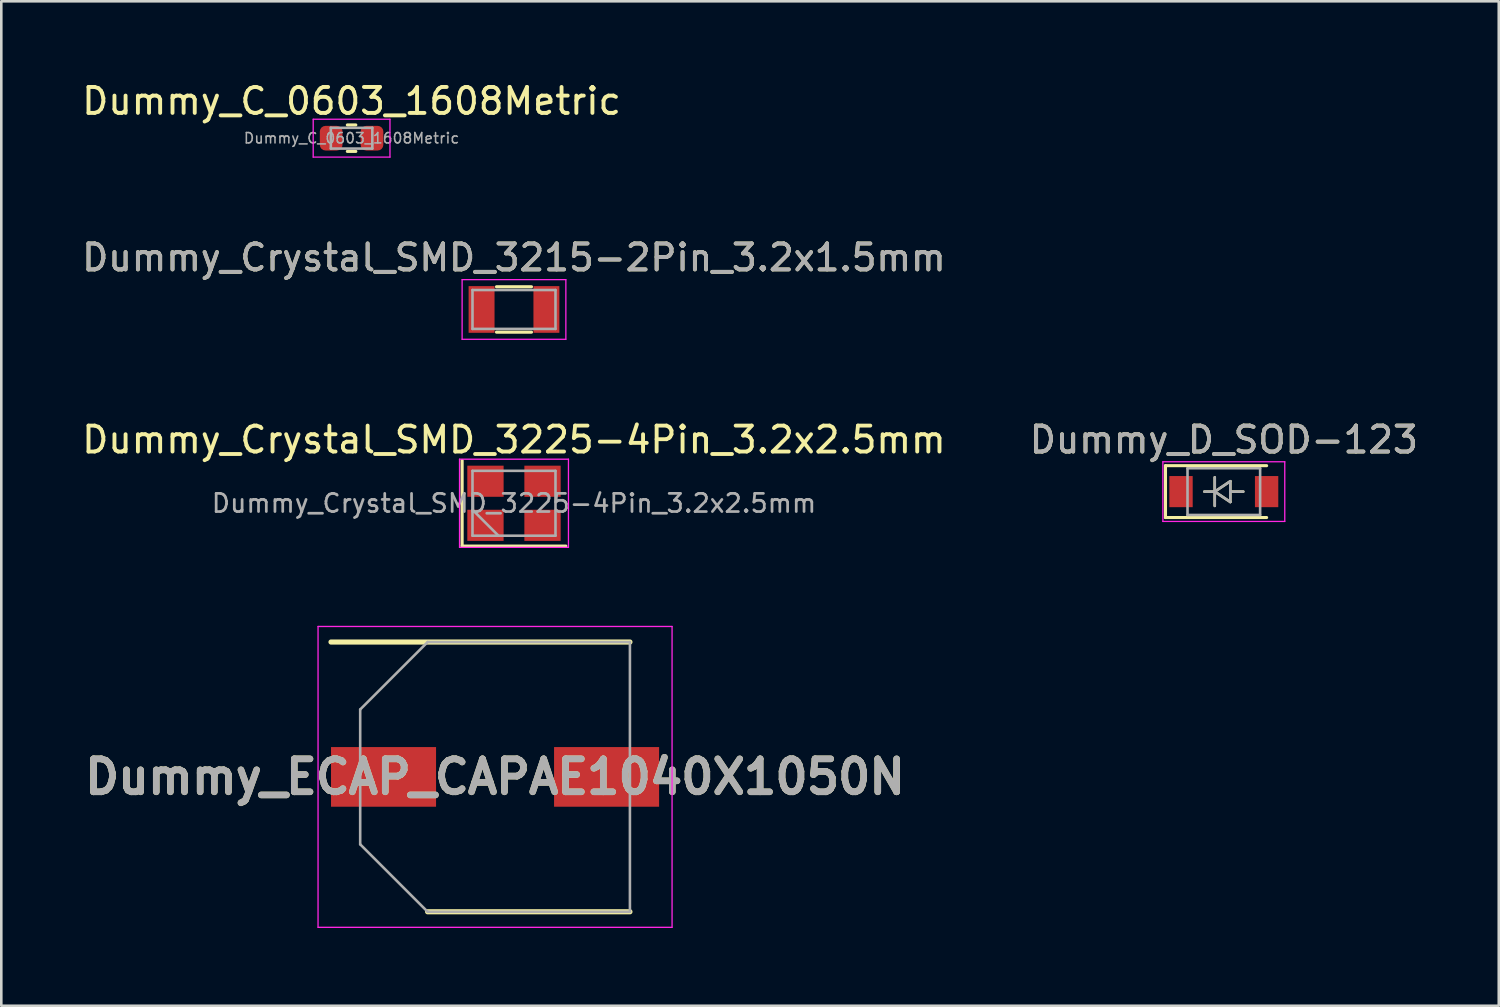
<source format=kicad_pcb>
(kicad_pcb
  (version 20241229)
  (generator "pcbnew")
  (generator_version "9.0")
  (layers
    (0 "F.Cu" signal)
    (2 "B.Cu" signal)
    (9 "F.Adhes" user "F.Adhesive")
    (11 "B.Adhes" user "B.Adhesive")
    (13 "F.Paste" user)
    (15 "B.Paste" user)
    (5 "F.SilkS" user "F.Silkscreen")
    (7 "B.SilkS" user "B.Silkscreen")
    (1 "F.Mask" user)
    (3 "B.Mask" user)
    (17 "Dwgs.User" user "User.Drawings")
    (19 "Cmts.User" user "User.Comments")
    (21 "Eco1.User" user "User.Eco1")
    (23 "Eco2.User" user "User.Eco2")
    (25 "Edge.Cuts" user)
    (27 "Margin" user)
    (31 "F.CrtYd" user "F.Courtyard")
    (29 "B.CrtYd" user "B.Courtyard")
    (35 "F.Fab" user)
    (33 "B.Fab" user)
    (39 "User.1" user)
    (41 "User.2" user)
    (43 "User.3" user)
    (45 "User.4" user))
  (footprint "Dummy_C_0603_1608Metric"
    (layer "F.Cu")
    (at 10.506 2.278)
    (property "Reference" "Dummy_C_0603_1608Metric" (at 0 -1.43 0) (layer "F.SilkS") (effects (font (size 1 1) (thickness 0.15))))
    (attr smd)
    (fp_line (start -0.163 -0.51) (end 0.163 -0.51) (stroke (width 0.12) (type solid)) (layer "F.SilkS"))
    (fp_line (start -0.163 0.51) (end 0.163 0.51) (stroke (width 0.12) (type solid)) (layer "F.SilkS"))
    (fp_poly (pts (xy 1.27 0.508) (xy -1.27 0.508) (xy -1.27 -0.508) (xy 1.27 -0.508)) (stroke (width 0.1) (type solid)) (fill yes) (layer "F.Paste"))
    (fp_line (start -1.48 -0.73) (end 1.48 -0.73) (stroke (width 0.05) (type solid)) (layer "F.CrtYd"))
    (fp_line (start -1.48 0.73) (end -1.48 -0.73) (stroke (width 0.05) (type solid)) (layer "F.CrtYd"))
    (fp_line (start 1.48 -0.73) (end 1.48 0.73) (stroke (width 0.05) (type solid)) (layer "F.CrtYd"))
    (fp_line (start 1.48 0.73) (end -1.48 0.73) (stroke (width 0.05) (type solid)) (layer "F.CrtYd"))
    (fp_line (start -0.8 -0.4) (end 0.8 -0.4) (stroke (width 0.1) (type solid)) (layer "F.Fab"))
    (fp_line (start -0.8 0.4) (end -0.8 -0.4) (stroke (width 0.1) (type solid)) (layer "F.Fab"))
    (fp_line (start 0.8 -0.4) (end 0.8 0.4) (stroke (width 0.1) (type solid)) (layer "F.Fab"))
    (fp_line (start 0.8 0.4) (end -0.8 0.4) (stroke (width 0.1) (type solid)) (layer "F.Fab"))
    (fp_text user "${REFERENCE}" (at 0 0 0) (layer "F.Fab") (effects (font (size 0.4 0.4) (thickness 0.06))))
    (pad "1" smd roundrect (at -0.787 0) (size 0.875 0.95) (layers "F.Cu" "F.Mask" "F.Paste") (roundrect_rratio 0.25))
    (pad "2" smd roundrect (at 0.787 0) (size 0.875 0.95) (layers "F.Cu" "F.Mask" "F.Paste") (roundrect_rratio 0.25)))
  (footprint "Dummy_Crystal_SMD_3215-2Pin_3.2x1.5mm"
    (layer "F.Cu")
    (at 16.768 8.882)
    (property "Reference" "Dummy_Crystal_SMD_3215-2Pin_3.2x1.5mm" (at 0 -2 0) (layer "F.SilkS") (effects (font (size 1 1) (thickness 0.15))))
    (attr smd)
    (fp_line (start -0.675 -0.875) (end 0.675 -0.875) (stroke (width 0.12) (type solid)) (layer "F.SilkS"))
    (fp_line (start -0.675 0.875) (end 0.675 0.875) (stroke (width 0.12) (type solid)) (layer "F.SilkS"))
    (fp_poly (pts (xy 1.725 0.875) (xy -1.725 0.875) (xy -1.725 -0.9) (xy 1.725 -0.9)) (stroke (width 0.1) (type solid)) (fill yes) (layer "F.Paste"))
    (fp_line (start -2 -1.15) (end -2 1.15) (stroke (width 0.05) (type solid)) (layer "F.CrtYd"))
    (fp_line (start -2 -1.15) (end 2 -1.15) (stroke (width 0.05) (type solid)) (layer "F.CrtYd"))
    (fp_line (start -2 1.15) (end 2 1.15) (stroke (width 0.05) (type solid)) (layer "F.CrtYd"))
    (fp_line (start 2 -1.15) (end 2 1.15) (stroke (width 0.05) (type solid)) (layer "F.CrtYd"))
    (fp_line (start -1.6 -0.75) (end -1.6 0.75) (stroke (width 0.1) (type solid)) (layer "F.Fab"))
    (fp_line (start -1.6 -0.75) (end 1.6 -0.75) (stroke (width 0.1) (type solid)) (layer "F.Fab"))
    (fp_line (start -1.6 0.75) (end 1.6 0.75) (stroke (width 0.1) (type solid)) (layer "F.Fab"))
    (fp_line (start 1.6 -0.75) (end 1.6 0.75) (stroke (width 0.1) (type solid)) (layer "F.Fab"))
    (fp_text user "${REFERENCE}" (at 0 -2 0) (layer "F.Fab") (effects (font (size 1 1) (thickness 0.15))))
    (pad "1" smd rect (at 1.25 0) (size 1 1.8) (layers "F.Cu" "F.Mask" "F.Paste"))
    (pad "2" smd rect (at -1.25 0) (size 1 1.8) (layers "F.Cu" "F.Mask" "F.Paste")))
  (footprint "Dummy_ECAP_CAPAE1040X1050N"
    (layer "F.Cu")
    (at 16.038 26.905)
    (property "Reference" "Dummy_ECAP_CAPAE1040X1050N" (at 0 0 0) (layer "F.SilkS") (effects (font (size 1.27 1.27) (thickness 0.254))))
    (attr smd)
    (fp_line (start -6.325 -5.2) (end 5.2 -5.2) (stroke (width 0.2) (type solid)) (layer "F.SilkS"))
    (fp_line (start -2.6 5.2) (end 5.2 5.2) (stroke (width 0.2) (type solid)) (layer "F.SilkS"))
    (fp_poly (pts (xy 6.25 -5.05) (xy 6.25 5.1) (xy -6.3 5.1) (xy -6.3 -5.05)) (stroke (width 0.1) (type solid)) (fill yes) (layer "F.Paste"))
    (fp_line (start -6.825 -5.8) (end 6.825 -5.8) (stroke (width 0.05) (type solid)) (layer "F.CrtYd"))
    (fp_line (start -6.825 5.8) (end -6.825 -5.8) (stroke (width 0.05) (type solid)) (layer "F.CrtYd"))
    (fp_line (start 6.825 -5.8) (end 6.825 5.8) (stroke (width 0.05) (type solid)) (layer "F.CrtYd"))
    (fp_line (start 6.825 5.8) (end -6.825 5.8) (stroke (width 0.05) (type solid)) (layer "F.CrtYd"))
    (fp_line (start -5.2 -2.6) (end -5.2 2.6) (stroke (width 0.1) (type solid)) (layer "F.Fab"))
    (fp_line (start -5.2 2.6) (end -2.6 5.2) (stroke (width 0.1) (type solid)) (layer "F.Fab"))
    (fp_line (start -2.6 -5.2) (end -5.2 -2.6) (stroke (width 0.1) (type solid)) (layer "F.Fab"))
    (fp_line (start -2.6 5.2) (end 5.2 5.2) (stroke (width 0.1) (type solid)) (layer "F.Fab"))
    (fp_line (start 5.2 -5.2) (end -2.6 -5.2) (stroke (width 0.1) (type solid)) (layer "F.Fab"))
    (fp_line (start 5.2 5.2) (end 5.2 -5.2) (stroke (width 0.1) (type solid)) (layer "F.Fab"))
    (fp_text user "${REFERENCE}" (at 0 0 0) (layer "F.Fab") (effects (font (size 1.27 1.27) (thickness 0.254))))
    (pad "1" smd rect (at -4.3 0 90) (size 2.3 4.05) (layers "F.Cu" "F.Mask" "F.Paste"))
    (pad "2" smd rect (at 4.3 0 90) (size 2.3 4.05) (layers "F.Cu" "F.Mask" "F.Paste")))
  (footprint "Dummy_D_SOD-123"
    (layer "F.Cu")
    (at 44.137 15.905)
    (property "Reference" "Dummy_D_SOD-123" (at 0 -2 0) (layer "F.SilkS") (effects (font (size 1 1) (thickness 0.15))))
    (attr smd)
    (fp_line (start -2.25 -1) (end -2.25 1) (stroke (width 0.12) (type solid)) (layer "F.SilkS"))
    (fp_line (start -2.25 -1) (end 1.65 -1) (stroke (width 0.12) (type solid)) (layer "F.SilkS"))
    (fp_line (start -2.25 1) (end 1.65 1) (stroke (width 0.12) (type solid)) (layer "F.SilkS"))
    (fp_line (start -0.75 0) (end -0.35 0) (stroke (width 0.1) (type solid)) (layer "F.SilkS"))
    (fp_line (start -0.35 0) (end -0.35 -0.55) (stroke (width 0.1) (type solid)) (layer "F.SilkS"))
    (fp_line (start -0.35 0) (end -0.35 0.55) (stroke (width 0.1) (type solid)) (layer "F.SilkS"))
    (fp_line (start -0.35 0) (end 0.25 -0.4) (stroke (width 0.1) (type solid)) (layer "F.SilkS"))
    (fp_line (start 0.25 -0.4) (end 0.25 0.4) (stroke (width 0.1) (type solid)) (layer "F.SilkS"))
    (fp_line (start 0.25 0) (end 0.75 0) (stroke (width 0.1) (type solid)) (layer "F.SilkS"))
    (fp_line (start 0.25 0.4) (end -0.35 0) (stroke (width 0.1) (type solid)) (layer "F.SilkS"))
    (fp_poly (pts (xy 2.1 0.9) (xy -2.15 0.9) (xy -2.15 -0.9) (xy 2.1 -0.9)) (stroke (width 0.1) (type solid)) (fill yes) (layer "F.Paste"))
    (fp_line (start -2.35 -1.15) (end -2.35 1.15) (stroke (width 0.05) (type solid)) (layer "F.CrtYd"))
    (fp_line (start -2.35 -1.15) (end 2.35 -1.15) (stroke (width 0.05) (type solid)) (layer "F.CrtYd"))
    (fp_line (start 2.35 -1.15) (end 2.35 1.15) (stroke (width 0.05) (type solid)) (layer "F.CrtYd"))
    (fp_line (start 2.35 1.15) (end -2.35 1.15) (stroke (width 0.05) (type solid)) (layer "F.CrtYd"))
    (fp_line (start -1.4 -0.9) (end 1.4 -0.9) (stroke (width 0.1) (type solid)) (layer "F.Fab"))
    (fp_line (start -1.4 0.9) (end -1.4 -0.9) (stroke (width 0.1) (type solid)) (layer "F.Fab"))
    (fp_line (start -0.75 0) (end -0.35 0) (stroke (width 0.1) (type solid)) (layer "F.Fab"))
    (fp_line (start -0.35 0) (end -0.35 -0.55) (stroke (width 0.1) (type solid)) (layer "F.Fab"))
    (fp_line (start -0.35 0) (end -0.35 0.55) (stroke (width 0.1) (type solid)) (layer "F.Fab"))
    (fp_line (start -0.35 0) (end 0.25 -0.4) (stroke (width 0.1) (type solid)) (layer "F.Fab"))
    (fp_line (start 0.25 -0.4) (end 0.25 0.4) (stroke (width 0.1) (type solid)) (layer "F.Fab"))
    (fp_line (start 0.25 0) (end 0.75 0) (stroke (width 0.1) (type solid)) (layer "F.Fab"))
    (fp_line (start 0.25 0.4) (end -0.35 0) (stroke (width 0.1) (type solid)) (layer "F.Fab"))
    (fp_line (start 1.4 -0.9) (end 1.4 0.9) (stroke (width 0.1) (type solid)) (layer "F.Fab"))
    (fp_line (start 1.4 0.9) (end -1.4 0.9) (stroke (width 0.1) (type solid)) (layer "F.Fab"))
    (fp_text user "${REFERENCE}" (at 0 -2 0) (layer "F.Fab") (effects (font (size 1 1) (thickness 0.15))))
    (pad "1" smd rect (at -1.65 0) (size 0.9 1.2) (layers "F.Cu" "F.Mask" "F.Paste"))
    (pad "2" smd rect (at 1.65 0) (size 0.9 1.2) (layers "F.Cu" "F.Mask" "F.Paste")))
  (footprint "Dummy_Crystal_SMD_3225-4Pin_3.2x2.5mm"
    (layer "F.Cu")
    (at 16.768 16.355)
    (property "Reference" "Dummy_Crystal_SMD_3225-4Pin_3.2x2.5mm" (at 0 -2.45 0) (layer "F.SilkS") (effects (font (size 1 1) (thickness 0.15))))
    (attr smd)
    (fp_line (start -2 -1.65) (end -2 1.65) (stroke (width 0.12) (type solid)) (layer "F.SilkS"))
    (fp_line (start -2 1.65) (end 2 1.65) (stroke (width 0.12) (type solid)) (layer "F.SilkS"))
    (fp_poly (pts (xy 1.8 1.45) (xy -1.8 1.45) (xy -1.8 -1.45) (xy 1.8 -1.45)) (stroke (width 0.1) (type solid)) (fill yes) (layer "F.Paste"))
    (fp_line (start -2.1 -1.7) (end -2.1 1.7) (stroke (width 0.05) (type solid)) (layer "F.CrtYd"))
    (fp_line (start -2.1 1.7) (end 2.1 1.7) (stroke (width 0.05) (type solid)) (layer "F.CrtYd"))
    (fp_line (start 2.1 -1.7) (end -2.1 -1.7) (stroke (width 0.05) (type solid)) (layer "F.CrtYd"))
    (fp_line (start 2.1 1.7) (end 2.1 -1.7) (stroke (width 0.05) (type solid)) (layer "F.CrtYd"))
    (fp_line (start -1.6 -1.25) (end -1.6 1.25) (stroke (width 0.1) (type solid)) (layer "F.Fab"))
    (fp_line (start -1.6 0.25) (end -0.6 1.25) (stroke (width 0.1) (type solid)) (layer "F.Fab"))
    (fp_line (start -1.6 1.25) (end 1.6 1.25) (stroke (width 0.1) (type solid)) (layer "F.Fab"))
    (fp_line (start 1.6 -1.25) (end -1.6 -1.25) (stroke (width 0.1) (type solid)) (layer "F.Fab"))
    (fp_line (start 1.6 1.25) (end 1.6 -1.25) (stroke (width 0.1) (type solid)) (layer "F.Fab"))
    (fp_text user "${REFERENCE}" (at 0 0 0) (layer "F.Fab") (effects (font (size 0.7 0.7) (thickness 0.105))))
    (pad "1" smd rect (at -1.1 0.85) (size 1.4 1.2) (layers "F.Cu" "F.Mask" "F.Paste"))
    (pad "2" smd rect (at 1.1 0.85) (size 1.4 1.2) (layers "F.Cu" "F.Mask" "F.Paste"))
    (pad "3" smd rect (at 1.1 -0.85) (size 1.4 1.2) (layers "F.Cu" "F.Mask" "F.Paste"))
    (pad "4" smd rect (at -1.1 -0.85) (size 1.4 1.2) (layers "F.Cu" "F.Mask" "F.Paste")))
  (gr_rect
    (start -3 -3)
    (end 54.738 35.73)
    (stroke (width 0.1) (type default))
    (fill no)
    (layer "Edge.Cuts")))
</source>
